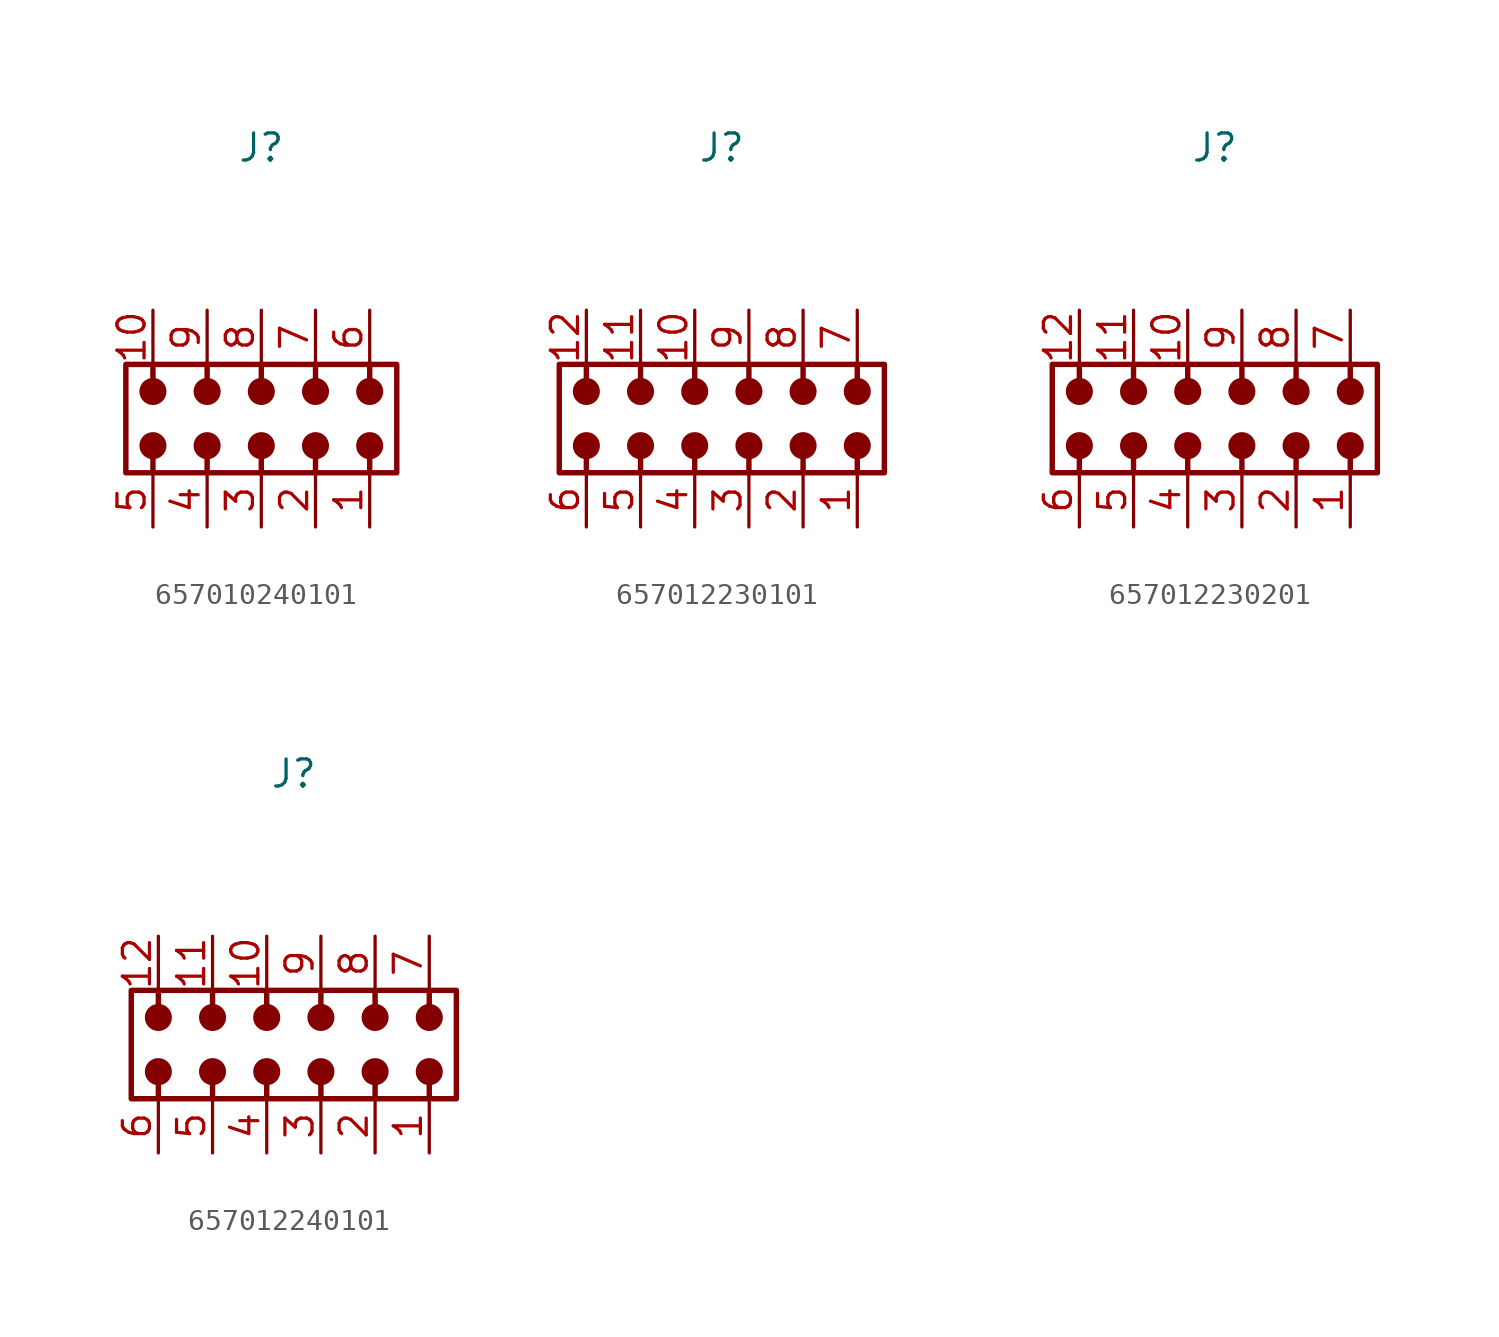
<source format=kicad_sym>
(kicad_symbol_lib
  (version 20241209)
  (generator "kicad_symbol_editor")
  (generator_version "9.0")
  (symbol "657010240101"
    (pin_names
      (hide yes))
    (property "Reference" "J"
      (at 0 12.7 0)
      (effects (font (size 1.27 1.27))))
    (symbol "657010240101_1_1"
      (rectangle (start -6.35 2.54) (end 6.35 -2.54) (stroke (width 0.254) (type solid)) (fill (type none)))
      (polyline (pts (xy -5.08 1.778) (xy -5.08 2.54)) (stroke (width 0.254) (type solid)) (fill (type none)))
      (circle (center -5.08 1.27) (radius 0.508) (stroke (width 0.254) (type solid)) (fill (type outline)))
      (circle (center -5.08 -1.27) (radius 0.508) (stroke (width 0.254) (type solid)) (fill (type outline)))
      (polyline (pts (xy -5.08 -1.778) (xy -5.08 -2.54)) (stroke (width 0.254) (type solid)) (fill (type none)))
      (polyline (pts (xy -2.54 1.778) (xy -2.54 2.54)) (stroke (width 0.254) (type solid)) (fill (type none)))
      (circle (center -2.54 1.27) (radius 0.508) (stroke (width 0.254) (type solid)) (fill (type outline)))
      (circle (center -2.54 -1.27) (radius 0.508) (stroke (width 0.254) (type solid)) (fill (type outline)))
      (polyline (pts (xy -2.54 -1.778) (xy -2.54 -2.54)) (stroke (width 0.254) (type solid)) (fill (type none)))
      (polyline (pts (xy 0 1.778) (xy 0 2.54)) (stroke (width 0.254) (type solid)) (fill (type none)))
      (circle (center 0 1.27) (radius 0.508) (stroke (width 0.254) (type solid)) (fill (type outline)))
      (circle (center 0 -1.27) (radius 0.508) (stroke (width 0.254) (type solid)) (fill (type outline)))
      (polyline (pts (xy 0 -1.778) (xy 0 -2.54)) (stroke (width 0.254) (type solid)) (fill (type none)))
      (polyline (pts (xy 2.54 1.778) (xy 2.54 2.54)) (stroke (width 0.254) (type solid)) (fill (type none)))
      (circle (center 2.54 1.27) (radius 0.508) (stroke (width 0.254) (type solid)) (fill (type outline)))
      (circle (center 2.54 -1.27) (radius 0.508) (stroke (width 0.254) (type solid)) (fill (type outline)))
      (polyline (pts (xy 2.54 -1.778) (xy 2.54 -2.54)) (stroke (width 0.254) (type solid)) (fill (type none)))
      (polyline (pts (xy 5.08 1.778) (xy 5.08 2.54)) (stroke (width 0.254) (type solid)) (fill (type none)))
      (circle (center 5.08 1.27) (radius 0.508) (stroke (width 0.254) (type solid)) (fill (type outline)))
      (circle (center 5.08 -1.27) (radius 0.508) (stroke (width 0.254) (type solid)) (fill (type outline)))
      (polyline (pts (xy 5.08 -1.778) (xy 5.08 -2.54)) (stroke (width 0.254) (type solid)) (fill (type none)))
      (pin passive line (at -5.08 5.08 270) (length 2.54) (name "10" (effects (font (size 1.27 1.27)))) (number "10" (effects (font (size 1.27 1.27)))))
      (pin passive line (at -5.08 -5.08 90) (length 2.54) (name "5" (effects (font (size 1.27 1.27)))) (number "5" (effects (font (size 1.27 1.27)))))
      (pin passive line (at -2.54 5.08 270) (length 2.54) (name "9" (effects (font (size 1.27 1.27)))) (number "9" (effects (font (size 1.27 1.27)))))
      (pin passive line (at -2.54 -5.08 90) (length 2.54) (name "4" (effects (font (size 1.27 1.27)))) (number "4" (effects (font (size 1.27 1.27)))))
      (pin passive line (at 0 5.08 270) (length 2.54) (name "8" (effects (font (size 1.27 1.27)))) (number "8" (effects (font (size 1.27 1.27)))))
      (pin passive line (at 0 -5.08 90) (length 2.54) (name "3" (effects (font (size 1.27 1.27)))) (number "3" (effects (font (size 1.27 1.27)))))
      (pin passive line (at 2.54 5.08 270) (length 2.54) (name "7" (effects (font (size 1.27 1.27)))) (number "7" (effects (font (size 1.27 1.27)))))
      (pin passive line (at 2.54 -5.08 90) (length 2.54) (name "2" (effects (font (size 1.27 1.27)))) (number "2" (effects (font (size 1.27 1.27)))))
      (pin passive line (at 5.08 5.08 270) (length 2.54) (name "6" (effects (font (size 1.27 1.27)))) (number "6" (effects (font (size 1.27 1.27)))))
      (pin passive line (at 5.08 -5.08 90) (length 2.54) (name "1" (effects (font (size 1.27 1.27)))) (number "1" (effects (font (size 1.27 1.27)))))))
  (symbol "657012230101"
    (pin_names
      (hide yes))
    (property "Reference" "J"
      (at 0 12.7 0)
      (effects (font (size 1.27 1.27))))
    (symbol "657012230101_1_1"
      (rectangle (start -7.62 2.54) (end 7.62 -2.54) (stroke (width 0.254) (type solid)) (fill (type none)))
      (polyline (pts (xy -6.35 1.778) (xy -6.35 2.54)) (stroke (width 0.254) (type solid)) (fill (type none)))
      (circle (center -6.35 1.27) (radius 0.508) (stroke (width 0.254) (type solid)) (fill (type outline)))
      (circle (center -6.35 -1.27) (radius 0.508) (stroke (width 0.254) (type solid)) (fill (type outline)))
      (polyline (pts (xy -6.35 -1.778) (xy -6.35 -2.54)) (stroke (width 0.254) (type solid)) (fill (type none)))
      (polyline (pts (xy -3.81 1.778) (xy -3.81 2.54)) (stroke (width 0.254) (type solid)) (fill (type none)))
      (circle (center -3.81 1.27) (radius 0.508) (stroke (width 0.254) (type solid)) (fill (type outline)))
      (circle (center -3.81 -1.27) (radius 0.508) (stroke (width 0.254) (type solid)) (fill (type outline)))
      (polyline (pts (xy -3.81 -1.778) (xy -3.81 -2.54)) (stroke (width 0.254) (type solid)) (fill (type none)))
      (polyline (pts (xy -1.27 1.778) (xy -1.27 2.54)) (stroke (width 0.254) (type solid)) (fill (type none)))
      (circle (center -1.27 1.27) (radius 0.508) (stroke (width 0.254) (type solid)) (fill (type outline)))
      (circle (center -1.27 -1.27) (radius 0.508) (stroke (width 0.254) (type solid)) (fill (type outline)))
      (polyline (pts (xy -1.27 -1.778) (xy -1.27 -2.54)) (stroke (width 0.254) (type solid)) (fill (type none)))
      (polyline (pts (xy 1.27 1.778) (xy 1.27 2.54)) (stroke (width 0.254) (type solid)) (fill (type none)))
      (circle (center 1.27 1.27) (radius 0.508) (stroke (width 0.254) (type solid)) (fill (type outline)))
      (circle (center 1.27 -1.27) (radius 0.508) (stroke (width 0.254) (type solid)) (fill (type outline)))
      (polyline (pts (xy 1.27 -1.778) (xy 1.27 -2.54)) (stroke (width 0.254) (type solid)) (fill (type none)))
      (polyline (pts (xy 3.81 1.778) (xy 3.81 2.54)) (stroke (width 0.254) (type solid)) (fill (type none)))
      (circle (center 3.81 1.27) (radius 0.508) (stroke (width 0.254) (type solid)) (fill (type outline)))
      (circle (center 3.81 -1.27) (radius 0.508) (stroke (width 0.254) (type solid)) (fill (type outline)))
      (polyline (pts (xy 3.81 -1.778) (xy 3.81 -2.54)) (stroke (width 0.254) (type solid)) (fill (type none)))
      (polyline (pts (xy 6.35 1.778) (xy 6.35 2.54)) (stroke (width 0.254) (type solid)) (fill (type none)))
      (circle (center 6.35 1.27) (radius 0.508) (stroke (width 0.254) (type solid)) (fill (type outline)))
      (circle (center 6.35 -1.27) (radius 0.508) (stroke (width 0.254) (type solid)) (fill (type outline)))
      (polyline (pts (xy 6.35 -1.778) (xy 6.35 -2.54)) (stroke (width 0.254) (type solid)) (fill (type none)))
      (pin passive line (at -6.35 5.08 270) (length 2.54) (name "12" (effects (font (size 1.27 1.27)))) (number "12" (effects (font (size 1.27 1.27)))))
      (pin passive line (at -6.35 -5.08 90) (length 2.54) (name "6" (effects (font (size 1.27 1.27)))) (number "6" (effects (font (size 1.27 1.27)))))
      (pin passive line (at -3.81 5.08 270) (length 2.54) (name "11" (effects (font (size 1.27 1.27)))) (number "11" (effects (font (size 1.27 1.27)))))
      (pin passive line (at -3.81 -5.08 90) (length 2.54) (name "5" (effects (font (size 1.27 1.27)))) (number "5" (effects (font (size 1.27 1.27)))))
      (pin passive line (at -1.27 5.08 270) (length 2.54) (name "10" (effects (font (size 1.27 1.27)))) (number "10" (effects (font (size 1.27 1.27)))))
      (pin passive line (at -1.27 -5.08 90) (length 2.54) (name "4" (effects (font (size 1.27 1.27)))) (number "4" (effects (font (size 1.27 1.27)))))
      (pin passive line (at 1.27 5.08 270) (length 2.54) (name "9" (effects (font (size 1.27 1.27)))) (number "9" (effects (font (size 1.27 1.27)))))
      (pin passive line (at 1.27 -5.08 90) (length 2.54) (name "3" (effects (font (size 1.27 1.27)))) (number "3" (effects (font (size 1.27 1.27)))))
      (pin passive line (at 3.81 5.08 270) (length 2.54) (name "8" (effects (font (size 1.27 1.27)))) (number "8" (effects (font (size 1.27 1.27)))))
      (pin passive line (at 3.81 -5.08 90) (length 2.54) (name "2" (effects (font (size 1.27 1.27)))) (number "2" (effects (font (size 1.27 1.27)))))
      (pin passive line (at 6.35 5.08 270) (length 2.54) (name "7" (effects (font (size 1.27 1.27)))) (number "7" (effects (font (size 1.27 1.27)))))
      (pin passive line (at 6.35 -5.08 90) (length 2.54) (name "1" (effects (font (size 1.27 1.27)))) (number "1" (effects (font (size 1.27 1.27)))))))
  (symbol "657012230201"
    (pin_names
      (hide yes))
    (property "Reference" "J"
      (at 0 12.7 0)
      (effects (font (size 1.27 1.27))))
    (symbol "657012230201_1_1"
      (rectangle (start -7.62 2.54) (end 7.62 -2.54) (stroke (width 0.254) (type solid)) (fill (type none)))
      (polyline (pts (xy -6.35 1.778) (xy -6.35 2.54)) (stroke (width 0.254) (type solid)) (fill (type none)))
      (circle (center -6.35 1.27) (radius 0.508) (stroke (width 0.254) (type solid)) (fill (type outline)))
      (circle (center -6.35 -1.27) (radius 0.508) (stroke (width 0.254) (type solid)) (fill (type outline)))
      (polyline (pts (xy -6.35 -1.778) (xy -6.35 -2.54)) (stroke (width 0.254) (type solid)) (fill (type none)))
      (polyline (pts (xy -3.81 1.778) (xy -3.81 2.54)) (stroke (width 0.254) (type solid)) (fill (type none)))
      (circle (center -3.81 1.27) (radius 0.508) (stroke (width 0.254) (type solid)) (fill (type outline)))
      (circle (center -3.81 -1.27) (radius 0.508) (stroke (width 0.254) (type solid)) (fill (type outline)))
      (polyline (pts (xy -3.81 -1.778) (xy -3.81 -2.54)) (stroke (width 0.254) (type solid)) (fill (type none)))
      (polyline (pts (xy -1.27 1.778) (xy -1.27 2.54)) (stroke (width 0.254) (type solid)) (fill (type none)))
      (circle (center -1.27 1.27) (radius 0.508) (stroke (width 0.254) (type solid)) (fill (type outline)))
      (circle (center -1.27 -1.27) (radius 0.508) (stroke (width 0.254) (type solid)) (fill (type outline)))
      (polyline (pts (xy -1.27 -1.778) (xy -1.27 -2.54)) (stroke (width 0.254) (type solid)) (fill (type none)))
      (polyline (pts (xy 1.27 1.778) (xy 1.27 2.54)) (stroke (width 0.254) (type solid)) (fill (type none)))
      (circle (center 1.27 1.27) (radius 0.508) (stroke (width 0.254) (type solid)) (fill (type outline)))
      (circle (center 1.27 -1.27) (radius 0.508) (stroke (width 0.254) (type solid)) (fill (type outline)))
      (polyline (pts (xy 1.27 -1.778) (xy 1.27 -2.54)) (stroke (width 0.254) (type solid)) (fill (type none)))
      (polyline (pts (xy 3.81 1.778) (xy 3.81 2.54)) (stroke (width 0.254) (type solid)) (fill (type none)))
      (circle (center 3.81 1.27) (radius 0.508) (stroke (width 0.254) (type solid)) (fill (type outline)))
      (circle (center 3.81 -1.27) (radius 0.508) (stroke (width 0.254) (type solid)) (fill (type outline)))
      (polyline (pts (xy 3.81 -1.778) (xy 3.81 -2.54)) (stroke (width 0.254) (type solid)) (fill (type none)))
      (polyline (pts (xy 6.35 1.778) (xy 6.35 2.54)) (stroke (width 0.254) (type solid)) (fill (type none)))
      (circle (center 6.35 1.27) (radius 0.508) (stroke (width 0.254) (type solid)) (fill (type outline)))
      (circle (center 6.35 -1.27) (radius 0.508) (stroke (width 0.254) (type solid)) (fill (type outline)))
      (polyline (pts (xy 6.35 -1.778) (xy 6.35 -2.54)) (stroke (width 0.254) (type solid)) (fill (type none)))
      (pin passive line (at -6.35 5.08 270) (length 2.54) (name "12" (effects (font (size 1.27 1.27)))) (number "12" (effects (font (size 1.27 1.27)))))
      (pin passive line (at -6.35 -5.08 90) (length 2.54) (name "6" (effects (font (size 1.27 1.27)))) (number "6" (effects (font (size 1.27 1.27)))))
      (pin passive line (at -3.81 5.08 270) (length 2.54) (name "11" (effects (font (size 1.27 1.27)))) (number "11" (effects (font (size 1.27 1.27)))))
      (pin passive line (at -3.81 -5.08 90) (length 2.54) (name "5" (effects (font (size 1.27 1.27)))) (number "5" (effects (font (size 1.27 1.27)))))
      (pin passive line (at -1.27 5.08 270) (length 2.54) (name "10" (effects (font (size 1.27 1.27)))) (number "10" (effects (font (size 1.27 1.27)))))
      (pin passive line (at -1.27 -5.08 90) (length 2.54) (name "4" (effects (font (size 1.27 1.27)))) (number "4" (effects (font (size 1.27 1.27)))))
      (pin passive line (at 1.27 5.08 270) (length 2.54) (name "9" (effects (font (size 1.27 1.27)))) (number "9" (effects (font (size 1.27 1.27)))))
      (pin passive line (at 1.27 -5.08 90) (length 2.54) (name "3" (effects (font (size 1.27 1.27)))) (number "3" (effects (font (size 1.27 1.27)))))
      (pin passive line (at 3.81 5.08 270) (length 2.54) (name "8" (effects (font (size 1.27 1.27)))) (number "8" (effects (font (size 1.27 1.27)))))
      (pin passive line (at 3.81 -5.08 90) (length 2.54) (name "2" (effects (font (size 1.27 1.27)))) (number "2" (effects (font (size 1.27 1.27)))))
      (pin passive line (at 6.35 5.08 270) (length 2.54) (name "7" (effects (font (size 1.27 1.27)))) (number "7" (effects (font (size 1.27 1.27)))))
      (pin passive line (at 6.35 -5.08 90) (length 2.54) (name "1" (effects (font (size 1.27 1.27)))) (number "1" (effects (font (size 1.27 1.27)))))))
  (symbol "657012240101"
    (pin_names
      (hide yes))
    (property "Reference" "J"
      (at 0 12.7 0)
      (effects (font (size 1.27 1.27))))
    (symbol "657012240101_1_1"
      (rectangle (start -7.62 2.54) (end 7.62 -2.54) (stroke (width 0.254) (type solid)) (fill (type none)))
      (polyline (pts (xy -6.35 1.778) (xy -6.35 2.54)) (stroke (width 0.254) (type solid)) (fill (type none)))
      (circle (center -6.35 1.27) (radius 0.508) (stroke (width 0.254) (type solid)) (fill (type outline)))
      (circle (center -6.35 -1.27) (radius 0.508) (stroke (width 0.254) (type solid)) (fill (type outline)))
      (polyline (pts (xy -6.35 -1.778) (xy -6.35 -2.54)) (stroke (width 0.254) (type solid)) (fill (type none)))
      (polyline (pts (xy -3.81 1.778) (xy -3.81 2.54)) (stroke (width 0.254) (type solid)) (fill (type none)))
      (circle (center -3.81 1.27) (radius 0.508) (stroke (width 0.254) (type solid)) (fill (type outline)))
      (circle (center -3.81 -1.27) (radius 0.508) (stroke (width 0.254) (type solid)) (fill (type outline)))
      (polyline (pts (xy -3.81 -1.778) (xy -3.81 -2.54)) (stroke (width 0.254) (type solid)) (fill (type none)))
      (polyline (pts (xy -1.27 1.778) (xy -1.27 2.54)) (stroke (width 0.254) (type solid)) (fill (type none)))
      (circle (center -1.27 1.27) (radius 0.508) (stroke (width 0.254) (type solid)) (fill (type outline)))
      (circle (center -1.27 -1.27) (radius 0.508) (stroke (width 0.254) (type solid)) (fill (type outline)))
      (polyline (pts (xy -1.27 -1.778) (xy -1.27 -2.54)) (stroke (width 0.254) (type solid)) (fill (type none)))
      (polyline (pts (xy 1.27 1.778) (xy 1.27 2.54)) (stroke (width 0.254) (type solid)) (fill (type none)))
      (circle (center 1.27 1.27) (radius 0.508) (stroke (width 0.254) (type solid)) (fill (type outline)))
      (circle (center 1.27 -1.27) (radius 0.508) (stroke (width 0.254) (type solid)) (fill (type outline)))
      (polyline (pts (xy 1.27 -1.778) (xy 1.27 -2.54)) (stroke (width 0.254) (type solid)) (fill (type none)))
      (polyline (pts (xy 3.81 1.778) (xy 3.81 2.54)) (stroke (width 0.254) (type solid)) (fill (type none)))
      (circle (center 3.81 1.27) (radius 0.508) (stroke (width 0.254) (type solid)) (fill (type outline)))
      (circle (center 3.81 -1.27) (radius 0.508) (stroke (width 0.254) (type solid)) (fill (type outline)))
      (polyline (pts (xy 3.81 -1.778) (xy 3.81 -2.54)) (stroke (width 0.254) (type solid)) (fill (type none)))
      (polyline (pts (xy 6.35 1.778) (xy 6.35 2.54)) (stroke (width 0.254) (type solid)) (fill (type none)))
      (circle (center 6.35 1.27) (radius 0.508) (stroke (width 0.254) (type solid)) (fill (type outline)))
      (circle (center 6.35 -1.27) (radius 0.508) (stroke (width 0.254) (type solid)) (fill (type outline)))
      (polyline (pts (xy 6.35 -1.778) (xy 6.35 -2.54)) (stroke (width 0.254) (type solid)) (fill (type none)))
      (pin passive line (at -6.35 5.08 270) (length 2.54) (name "12" (effects (font (size 1.27 1.27)))) (number "12" (effects (font (size 1.27 1.27)))))
      (pin passive line (at -6.35 -5.08 90) (length 2.54) (name "6" (effects (font (size 1.27 1.27)))) (number "6" (effects (font (size 1.27 1.27)))))
      (pin passive line (at -3.81 5.08 270) (length 2.54) (name "11" (effects (font (size 1.27 1.27)))) (number "11" (effects (font (size 1.27 1.27)))))
      (pin passive line (at -3.81 -5.08 90) (length 2.54) (name "5" (effects (font (size 1.27 1.27)))) (number "5" (effects (font (size 1.27 1.27)))))
      (pin passive line (at -1.27 5.08 270) (length 2.54) (name "10" (effects (font (size 1.27 1.27)))) (number "10" (effects (font (size 1.27 1.27)))))
      (pin passive line (at -1.27 -5.08 90) (length 2.54) (name "4" (effects (font (size 1.27 1.27)))) (number "4" (effects (font (size 1.27 1.27)))))
      (pin passive line (at 1.27 5.08 270) (length 2.54) (name "9" (effects (font (size 1.27 1.27)))) (number "9" (effects (font (size 1.27 1.27)))))
      (pin passive line (at 1.27 -5.08 90) (length 2.54) (name "3" (effects (font (size 1.27 1.27)))) (number "3" (effects (font (size 1.27 1.27)))))
      (pin passive line (at 3.81 5.08 270) (length 2.54) (name "8" (effects (font (size 1.27 1.27)))) (number "8" (effects (font (size 1.27 1.27)))))
      (pin passive line (at 3.81 -5.08 90) (length 2.54) (name "2" (effects (font (size 1.27 1.27)))) (number "2" (effects (font (size 1.27 1.27)))))
      (pin passive line (at 6.35 5.08 270) (length 2.54) (name "7" (effects (font (size 1.27 1.27)))) (number "7" (effects (font (size 1.27 1.27)))))
      (pin passive line (at 6.35 -5.08 90) (length 2.54) (name "1" (effects (font (size 1.27 1.27)))) (number "1" (effects (font (size 1.27 1.27))))))))
</source>
